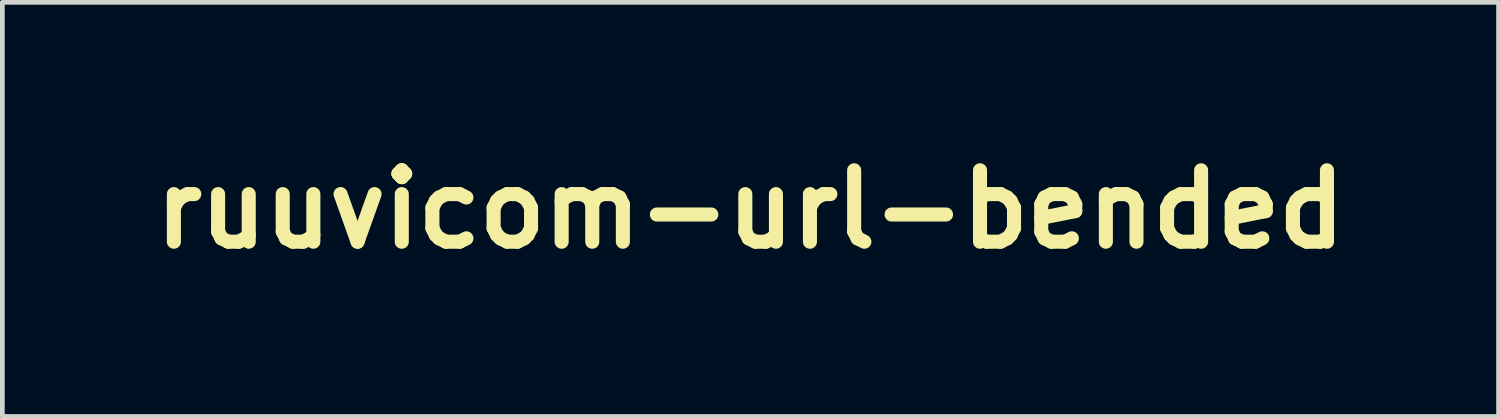
<source format=kicad_pcb>
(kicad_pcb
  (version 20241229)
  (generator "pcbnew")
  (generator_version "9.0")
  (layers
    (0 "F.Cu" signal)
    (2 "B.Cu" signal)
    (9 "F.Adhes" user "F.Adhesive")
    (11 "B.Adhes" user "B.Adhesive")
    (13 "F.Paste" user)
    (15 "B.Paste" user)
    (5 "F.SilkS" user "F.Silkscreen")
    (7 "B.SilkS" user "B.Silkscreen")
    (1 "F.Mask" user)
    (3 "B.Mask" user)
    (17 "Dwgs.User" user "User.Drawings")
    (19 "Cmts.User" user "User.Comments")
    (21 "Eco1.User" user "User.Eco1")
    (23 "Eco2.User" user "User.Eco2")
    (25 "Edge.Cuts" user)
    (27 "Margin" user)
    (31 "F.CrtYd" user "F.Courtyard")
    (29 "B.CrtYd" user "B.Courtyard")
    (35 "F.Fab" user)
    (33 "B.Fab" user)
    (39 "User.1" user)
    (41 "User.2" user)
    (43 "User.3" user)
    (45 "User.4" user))
  (footprint "ruuvicom-url-bended"
    (layer "F.Cu")
    (at 12.961 1.418)
    (property "Reference" "ruuvicom-url-bended" (at 0 0 0) (layer "F.SilkS") (effects (font (size 1.524 1.524) (thickness 0.3))))
    (attr through_hole)
    (fp_poly (pts (xy 0.068 -0.379) (xy -0.379 -0.379) (xy -0.379 -0.475) (xy -0.378 -0.529) (xy -0.376 -0.592) (xy -0.374 -0.653) (xy -0.373 -0.674) (xy -0.366 -0.777) (xy 0.068 -0.777) (xy 0.068 -0.379)) (stroke (width 0.01) (type solid)) (fill yes) (layer "F.Mask"))
    (fp_poly (pts (xy -0.155 -0.108) (xy -0.094 -0.107) (xy -0.04 -0.106) (xy 0.005 -0.105) (xy 0.037 -0.104) (xy 0.053 -0.103) (xy 0.055 -0.103) (xy 0.055 -0.094) (xy 0.055 -0.066) (xy 0.056 -0.022) (xy 0.056 0.037) (xy 0.057 0.109) (xy 0.058 0.193) (xy 0.059 0.287) (xy 0.06 0.389) (xy 0.061 0.499) (xy 0.062 0.6) (xy 0.068 1.302) (xy -0.39 1.302) (xy -0.383 0.892) (xy -0.382 0.789) (xy -0.38 0.679) (xy -0.378 0.566) (xy -0.376 0.455) (xy -0.374 0.351) (xy -0.372 0.257) (xy -0.37 0.185) (xy -0.364 -0.112) (xy -0.155 -0.108)) (stroke (width 0.01) (type solid)) (fill yes) (layer "F.Mask"))
    (fp_poly (pts (xy 0.926 0.834) (xy 0.934 0.835) (xy 0.936 0.845) (xy 0.939 0.872) (xy 0.942 0.911) (xy 0.946 0.96) (xy 0.949 1.015) (xy 0.952 1.072) (xy 0.955 1.128) (xy 0.958 1.179) (xy 0.959 1.224) (xy 0.96 1.257) (xy 0.96 1.276) (xy 0.959 1.279) (xy 0.949 1.28) (xy 0.922 1.281) (xy 0.881 1.283) (xy 0.828 1.285) (xy 0.767 1.287) (xy 0.713 1.289) (xy 0.469 1.295) (xy 0.463 1.074) (xy 0.461 1.011) (xy 0.459 0.954) (xy 0.458 0.907) (xy 0.458 0.873) (xy 0.458 0.853) (xy 0.459 0.85) (xy 0.469 0.849) (xy 0.496 0.847) (xy 0.536 0.845) (xy 0.585 0.842) (xy 0.641 0.84) (xy 0.7 0.838) (xy 0.758 0.836) (xy 0.814 0.835) (xy 0.862 0.834) (xy 0.9 0.834) (xy 0.926 0.834)) (stroke (width 0.01) (type solid)) (fill yes) (layer "F.Mask"))
    (fp_poly (pts (xy -2.142 -0.223) (xy -2.11 -0.22) (xy -2.067 -0.216) (xy -2.017 -0.211) (xy -1.962 -0.205) (xy -1.906 -0.199) (xy -1.852 -0.193) (xy -1.804 -0.187) (xy -1.765 -0.182) (xy -1.739 -0.178) (xy -1.728 -0.176) (xy -1.728 -0.176) (xy -1.724 -0.165) (xy -1.715 -0.139) (xy -1.702 -0.1) (xy -1.687 -0.052) (xy -1.671 0) (xy -1.653 0.061) (xy -1.632 0.13) (xy -1.608 0.204) (xy -1.584 0.281) (xy -1.558 0.359) (xy -1.533 0.436) (xy -1.509 0.509) (xy -1.487 0.576) (xy -1.467 0.634) (xy -1.451 0.683) (xy -1.438 0.718) (xy -1.43 0.738) (xy -1.428 0.742) (xy -1.422 0.736) (xy -1.409 0.713) (xy -1.389 0.677) (xy -1.364 0.629) (xy -1.334 0.571) (xy -1.3 0.504) (xy -1.263 0.431) (xy -1.225 0.354) (xy -1.185 0.273) (xy -1.146 0.192) (xy -1.107 0.112) (xy -1.071 0.034) (xy -1.049 -0.012) (xy -0.996 -0.126) (xy -0.894 -0.125) (xy -0.838 -0.124) (xy -0.773 -0.122) (xy -0.709 -0.119) (xy -0.682 -0.118) (xy -0.572 -0.112) (xy -0.799 0.34) (xy -0.848 0.437) (xy -0.898 0.537) (xy -0.949 0.637) (xy -0.999 0.734) (xy -1.046 0.826) (xy -1.088 0.908) (xy -1.125 0.978) (xy -1.152 1.027) (xy -1.278 1.263) (xy -1.331 1.261) (xy -1.361 1.26) (xy -1.405 1.258) (xy -1.457 1.255) (xy -1.512 1.251) (xy -1.523 1.251) (xy -1.661 1.241) (xy -1.682 1.187) (xy -1.713 1.103) (xy -1.746 1.012) (xy -1.782 0.914) (xy -1.818 0.812) (xy -1.855 0.707) (xy -1.892 0.601) (xy -1.929 0.494) (xy -1.965 0.389) (xy -1.999 0.288) (xy -2.032 0.191) (xy -2.062 0.101) (xy -2.089 0.018) (xy -2.112 -0.055) (xy -2.131 -0.117) (xy -2.146 -0.166) (xy -2.155 -0.201) (xy -2.159 -0.22) (xy -2.159 -0.224) (xy -2.142 -0.223)) (stroke (width 0.01) (type solid)) (fill yes) (layer "F.Mask"))
    (fp_poly (pts (xy 2.173 -0.24) (xy 2.277 -0.22) (xy 2.371 -0.189) (xy 2.403 -0.174) (xy 2.434 -0.158) (xy 2.458 -0.145) (xy 2.47 -0.138) (xy 2.47 -0.138) (xy 2.47 -0.126) (xy 2.466 -0.096) (xy 2.456 -0.049) (xy 2.441 0.014) (xy 2.421 0.092) (xy 2.409 0.138) (xy 2.4 0.173) (xy 2.344 0.145) (xy 2.26 0.111) (xy 2.171 0.088) (xy 2.081 0.077) (xy 1.994 0.078) (xy 1.914 0.092) (xy 1.846 0.117) (xy 1.78 0.161) (xy 1.729 0.217) (xy 1.692 0.287) (xy 1.669 0.369) (xy 1.662 0.462) (xy 1.669 0.558) (xy 1.689 0.645) (xy 1.721 0.722) (xy 1.764 0.785) (xy 1.788 0.81) (xy 1.839 0.848) (xy 1.895 0.873) (xy 1.962 0.887) (xy 1.997 0.891) (xy 2.078 0.889) (xy 2.165 0.872) (xy 2.251 0.844) (xy 2.333 0.804) (xy 2.403 0.756) (xy 2.413 0.747) (xy 2.439 0.727) (xy 2.459 0.716) (xy 2.468 0.715) (xy 2.479 0.731) (xy 2.496 0.758) (xy 2.516 0.795) (xy 2.538 0.836) (xy 2.561 0.878) (xy 2.581 0.918) (xy 2.597 0.952) (xy 2.608 0.976) (xy 2.61 0.987) (xy 2.595 1.007) (xy 2.565 1.033) (xy 2.524 1.061) (xy 2.474 1.091) (xy 2.42 1.12) (xy 2.365 1.145) (xy 2.312 1.167) (xy 2.285 1.175) (xy 2.191 1.198) (xy 2.089 1.214) (xy 1.986 1.222) (xy 1.886 1.223) (xy 1.796 1.216) (xy 1.759 1.21) (xy 1.644 1.178) (xy 1.542 1.132) (xy 1.453 1.071) (xy 1.377 0.998) (xy 1.315 0.912) (xy 1.268 0.814) (xy 1.236 0.704) (xy 1.219 0.584) (xy 1.218 0.459) (xy 1.224 0.377) (xy 1.235 0.307) (xy 1.253 0.244) (xy 1.279 0.18) (xy 1.289 0.159) (xy 1.345 0.065) (xy 1.417 -0.019) (xy 1.503 -0.093) (xy 1.601 -0.154) (xy 1.708 -0.201) (xy 1.739 -0.212) (xy 1.842 -0.236) (xy 1.951 -0.248) (xy 2.063 -0.25) (xy 2.173 -0.24)) (stroke (width 0.01) (type solid)) (fill yes) (layer "F.Mask"))
    (fp_poly (pts (xy 3.603 -0.464) (xy 3.654 -0.46) (xy 3.705 -0.454) (xy 3.748 -0.447) (xy 3.765 -0.443) (xy 3.873 -0.404) (xy 3.971 -0.349) (xy 4.057 -0.278) (xy 4.131 -0.194) (xy 4.193 -0.096) (xy 4.241 0.014) (xy 4.263 0.087) (xy 4.287 0.212) (xy 4.293 0.331) (xy 4.281 0.443) (xy 4.251 0.551) (xy 4.225 0.612) (xy 4.179 0.688) (xy 4.119 0.762) (xy 4.049 0.828) (xy 3.973 0.883) (xy 3.94 0.901) (xy 3.822 0.952) (xy 3.698 0.989) (xy 3.571 1.012) (xy 3.445 1.018) (xy 3.331 1.01) (xy 3.219 0.984) (xy 3.116 0.942) (xy 3.023 0.885) (xy 2.942 0.813) (xy 2.874 0.728) (xy 2.82 0.631) (xy 2.801 0.585) (xy 2.775 0.495) (xy 2.757 0.396) (xy 2.748 0.295) (xy 2.748 0.214) (xy 3.183 0.214) (xy 3.189 0.325) (xy 3.207 0.422) (xy 3.236 0.506) (xy 3.277 0.575) (xy 3.329 0.628) (xy 3.391 0.666) (xy 3.435 0.681) (xy 3.471 0.686) (xy 3.519 0.686) (xy 3.571 0.681) (xy 3.622 0.673) (xy 3.664 0.662) (xy 3.665 0.661) (xy 3.731 0.627) (xy 3.786 0.579) (xy 3.826 0.521) (xy 3.837 0.499) (xy 3.845 0.479) (xy 3.849 0.456) (xy 3.852 0.426) (xy 3.852 0.384) (xy 3.853 0.35) (xy 3.846 0.236) (xy 3.827 0.137) (xy 3.795 0.051) (xy 3.751 -0.02) (xy 3.71 -0.063) (xy 3.658 -0.102) (xy 3.602 -0.125) (xy 3.539 -0.134) (xy 3.487 -0.133) (xy 3.404 -0.12) (xy 3.332 -0.091) (xy 3.272 -0.048) (xy 3.225 0.009) (xy 3.209 0.037) (xy 3.198 0.062) (xy 3.19 0.083) (xy 3.186 0.107) (xy 3.183 0.138) (xy 3.183 0.18) (xy 3.183 0.214) (xy 2.748 0.214) (xy 2.748 0.197) (xy 2.758 0.108) (xy 2.764 0.083) (xy 2.798 -0.022) (xy 2.849 -0.118) (xy 2.915 -0.204) (xy 2.994 -0.279) (xy 3.086 -0.343) (xy 3.188 -0.395) (xy 3.3 -0.433) (xy 3.42 -0.456) (xy 3.546 -0.465) (xy 3.603 -0.464)) (stroke (width 0.01) (type solid)) (fill yes) (layer "F.Mask"))
    (fp_poly (pts (xy -6.554 -1.298) (xy -6.53 -1.29) (xy -6.494 -1.277) (xy -6.451 -1.261) (xy -6.403 -1.242) (xy -6.353 -1.223) (xy -6.306 -1.203) (xy -6.263 -1.186) (xy -6.23 -1.171) (xy -6.208 -1.161) (xy -6.201 -1.157) (xy -6.2 -1.147) (xy -6.203 -1.128) (xy -6.208 -1.098) (xy -6.218 -1.054) (xy -6.232 -0.994) (xy -6.232 -0.993) (xy -6.246 -0.932) (xy -6.207 -0.967) (xy -6.141 -1.015) (xy -6.065 -1.048) (xy -5.981 -1.067) (xy -5.895 -1.071) (xy -5.809 -1.061) (xy -5.726 -1.035) (xy -5.688 -1.016) (xy -5.666 -1.004) (xy -5.649 -0.994) (xy -5.639 -0.983) (xy -5.635 -0.968) (xy -5.636 -0.947) (xy -5.644 -0.916) (xy -5.657 -0.874) (xy -5.676 -0.816) (xy -5.684 -0.793) (xy -5.703 -0.737) (xy -5.72 -0.689) (xy -5.734 -0.65) (xy -5.744 -0.623) (xy -5.749 -0.612) (xy -5.749 -0.612) (xy -5.759 -0.618) (xy -5.778 -0.632) (xy -5.784 -0.637) (xy -5.846 -0.679) (xy -5.916 -0.712) (xy -5.991 -0.732) (xy -6.066 -0.741) (xy -6.136 -0.737) (xy -6.197 -0.72) (xy -6.247 -0.689) (xy -6.295 -0.645) (xy -6.336 -0.593) (xy -6.359 -0.551) (xy -6.367 -0.53) (xy -6.381 -0.494) (xy -6.4 -0.443) (xy -6.422 -0.382) (xy -6.448 -0.313) (xy -6.475 -0.237) (xy -6.501 -0.165) (xy -6.528 -0.089) (xy -6.553 -0.018) (xy -6.576 0.045) (xy -6.596 0.098) (xy -6.611 0.139) (xy -6.621 0.166) (xy -6.626 0.177) (xy -6.626 0.177) (xy -6.636 0.175) (xy -6.662 0.168) (xy -6.701 0.156) (xy -6.75 0.139) (xy -6.807 0.119) (xy -6.839 0.107) (xy -6.899 0.085) (xy -6.952 0.065) (xy -6.997 0.048) (xy -7.029 0.035) (xy -7.048 0.028) (xy -7.051 0.026) (xy -7.048 0.017) (xy -7.039 -0.009) (xy -7.024 -0.05) (xy -7.004 -0.104) (xy -6.979 -0.17) (xy -6.951 -0.245) (xy -6.919 -0.329) (xy -6.884 -0.419) (xy -6.861 -0.48) (xy -6.822 -0.579) (xy -6.784 -0.679) (xy -6.748 -0.775) (xy -6.714 -0.866) (xy -6.684 -0.949) (xy -6.657 -1.022) (xy -6.635 -1.082) (xy -6.62 -1.128) (xy -6.616 -1.139) (xy -6.599 -1.191) (xy -6.585 -1.236) (xy -6.573 -1.271) (xy -6.566 -1.293) (xy -6.564 -1.3) (xy -6.554 -1.298)) (stroke (width 0.01) (type solid)) (fill yes) (layer "F.Mask"))
    (fp_poly (pts (xy -3.697 -0.464) (xy -3.671 -0.46) (xy -3.633 -0.454) (xy -3.586 -0.446) (xy -3.534 -0.437) (xy -3.48 -0.427) (xy -3.427 -0.417) (xy -3.38 -0.407) (xy -3.341 -0.399) (xy -3.314 -0.393) (xy -3.302 -0.389) (xy -3.302 -0.389) (xy -3.302 -0.379) (xy -3.306 -0.351) (xy -3.312 -0.309) (xy -3.321 -0.252) (xy -3.332 -0.185) (xy -3.345 -0.108) (xy -3.36 -0.023) (xy -3.372 0.049) (xy -3.388 0.139) (xy -3.403 0.226) (xy -3.416 0.305) (xy -3.428 0.376) (xy -3.437 0.436) (xy -3.444 0.483) (xy -3.448 0.514) (xy -3.449 0.526) (xy -3.442 0.59) (xy -3.419 0.643) (xy -3.381 0.684) (xy -3.329 0.713) (xy -3.261 0.729) (xy -3.197 0.734) (xy -3.154 0.733) (xy -3.123 0.729) (xy -3.097 0.722) (xy -3.07 0.709) (xy -3.062 0.705) (xy -3.029 0.684) (xy -2.999 0.66) (xy -2.986 0.647) (xy -2.971 0.628) (xy -2.958 0.609) (xy -2.947 0.588) (xy -2.936 0.563) (xy -2.927 0.531) (xy -2.917 0.492) (xy -2.907 0.443) (xy -2.896 0.382) (xy -2.884 0.307) (xy -2.87 0.217) (xy -2.854 0.11) (xy -2.853 0.105) (xy -2.792 -0.306) (xy -2.759 -0.303) (xy -2.734 -0.301) (xy -2.697 -0.296) (xy -2.651 -0.29) (xy -2.599 -0.283) (xy -2.546 -0.276) (xy -2.494 -0.268) (xy -2.448 -0.262) (xy -2.41 -0.256) (xy -2.384 -0.252) (xy -2.374 -0.249) (xy -2.375 -0.24) (xy -2.378 -0.212) (xy -2.382 -0.17) (xy -2.389 -0.113) (xy -2.397 -0.045) (xy -2.406 0.033) (xy -2.416 0.12) (xy -2.428 0.212) (xy -2.439 0.309) (xy -2.451 0.408) (xy -2.463 0.508) (xy -2.476 0.606) (xy -2.487 0.701) (xy -2.498 0.791) (xy -2.509 0.875) (xy -2.518 0.949) (xy -2.526 1.013) (xy -2.533 1.064) (xy -2.538 1.101) (xy -2.541 1.122) (xy -2.541 1.125) (xy -2.546 1.137) (xy -2.556 1.144) (xy -2.575 1.145) (xy -2.609 1.141) (xy -2.619 1.14) (xy -2.715 1.126) (xy -2.794 1.115) (xy -2.857 1.106) (xy -2.905 1.099) (xy -2.939 1.094) (xy -2.962 1.09) (xy -2.975 1.087) (xy -2.979 1.086) (xy -2.979 1.074) (xy -2.976 1.045) (xy -2.97 1) (xy -2.961 0.939) (xy -2.958 0.923) (xy -2.952 0.889) (xy -2.985 0.92) (xy -3.056 0.975) (xy -3.138 1.015) (xy -3.229 1.04) (xy -3.326 1.048) (xy -3.427 1.04) (xy -3.454 1.035) (xy -3.565 1.005) (xy -3.659 0.964) (xy -3.737 0.913) (xy -3.798 0.851) (xy -3.816 0.828) (xy -3.846 0.779) (xy -3.867 0.732) (xy -3.881 0.683) (xy -3.888 0.625) (xy -3.89 0.554) (xy -3.89 0.534) (xy -3.89 0.504) (xy -3.889 0.476) (xy -3.887 0.447) (xy -3.883 0.415) (xy -3.878 0.378) (xy -3.871 0.334) (xy -3.861 0.281) (xy -3.849 0.217) (xy -3.833 0.139) (xy -3.815 0.046) (xy -3.801 -0.023) (xy -3.782 -0.113) (xy -3.765 -0.196) (xy -3.75 -0.272) (xy -3.736 -0.337) (xy -3.724 -0.391) (xy -3.716 -0.432) (xy -3.71 -0.457) (xy -3.708 -0.464) (xy -3.697 -0.464)) (stroke (width 0.01) (type solid)) (fill yes) (layer "F.Mask"))
    (fp_poly (pts (xy -5.389 -0.891) (xy -5.362 -0.884) (xy -5.324 -0.874) (xy -5.277 -0.861) (xy -5.225 -0.846) (xy -5.172 -0.831) (xy -5.121 -0.816) (xy -5.076 -0.803) (xy -5.039 -0.792) (xy -5.015 -0.784) (xy -5.006 -0.781) (xy -5.008 -0.772) (xy -5.015 -0.746) (xy -5.026 -0.705) (xy -5.041 -0.65) (xy -5.059 -0.584) (xy -5.079 -0.509) (xy -5.102 -0.426) (xy -5.125 -0.345) (xy -5.156 -0.234) (xy -5.182 -0.141) (xy -5.203 -0.063) (xy -5.219 0.002) (xy -5.231 0.055) (xy -5.24 0.098) (xy -5.245 0.132) (xy -5.247 0.159) (xy -5.246 0.182) (xy -5.243 0.201) (xy -5.238 0.219) (xy -5.237 0.22) (xy -5.21 0.265) (xy -5.169 0.301) (xy -5.117 0.329) (xy -5.058 0.346) (xy -4.995 0.353) (xy -4.932 0.349) (xy -4.873 0.331) (xy -4.865 0.327) (xy -4.803 0.286) (xy -4.754 0.231) (xy -4.732 0.195) (xy -4.726 0.177) (xy -4.716 0.143) (xy -4.702 0.095) (xy -4.685 0.034) (xy -4.666 -0.037) (xy -4.646 -0.116) (xy -4.624 -0.2) (xy -4.614 -0.24) (xy -4.593 -0.324) (xy -4.573 -0.403) (xy -4.555 -0.474) (xy -4.539 -0.535) (xy -4.526 -0.584) (xy -4.517 -0.62) (xy -4.511 -0.639) (xy -4.51 -0.643) (xy -4.499 -0.642) (xy -4.473 -0.637) (xy -4.435 -0.63) (xy -4.389 -0.62) (xy -4.337 -0.609) (xy -4.283 -0.596) (xy -4.23 -0.584) (xy -4.183 -0.573) (xy -4.144 -0.563) (xy -4.116 -0.555) (xy -4.104 -0.55) (xy -4.103 -0.55) (xy -4.105 -0.54) (xy -4.11 -0.513) (xy -4.118 -0.471) (xy -4.13 -0.415) (xy -4.145 -0.348) (xy -4.161 -0.271) (xy -4.18 -0.185) (xy -4.2 -0.094) (xy -4.221 0.001) (xy -4.243 0.099) (xy -4.265 0.198) (xy -4.287 0.296) (xy -4.309 0.391) (xy -4.329 0.481) (xy -4.348 0.564) (xy -4.366 0.639) (xy -4.381 0.704) (xy -4.393 0.757) (xy -4.403 0.795) (xy -4.409 0.819) (xy -4.411 0.825) (xy -4.424 0.822) (xy -4.436 0.819) (xy -4.492 0.806) (xy -4.552 0.792) (xy -4.612 0.777) (xy -4.671 0.763) (xy -4.725 0.75) (xy -4.77 0.739) (xy -4.804 0.73) (xy -4.823 0.725) (xy -4.826 0.724) (xy -4.83 0.716) (xy -4.828 0.694) (xy -4.821 0.656) (xy -4.814 0.63) (xy -4.805 0.591) (xy -4.798 0.56) (xy -4.794 0.542) (xy -4.793 0.538) (xy -4.802 0.542) (xy -4.822 0.554) (xy -4.85 0.572) (xy -4.852 0.574) (xy -4.933 0.617) (xy -5.022 0.643) (xy -5.118 0.651) (xy -5.219 0.642) (xy -5.324 0.616) (xy -5.425 0.575) (xy -5.509 0.528) (xy -5.576 0.471) (xy -5.629 0.403) (xy -5.653 0.362) (xy -5.669 0.327) (xy -5.68 0.299) (xy -5.687 0.271) (xy -5.69 0.237) (xy -5.692 0.191) (xy -5.693 0.184) (xy -5.693 0.152) (xy -5.693 0.122) (xy -5.692 0.093) (xy -5.689 0.062) (xy -5.683 0.028) (xy -5.675 -0.011) (xy -5.664 -0.057) (xy -5.649 -0.111) (xy -5.63 -0.177) (xy -5.606 -0.255) (xy -5.578 -0.348) (xy -5.545 -0.457) (xy -5.539 -0.475) (xy -5.513 -0.56) (xy -5.488 -0.64) (xy -5.466 -0.712) (xy -5.447 -0.775) (xy -5.432 -0.825) (xy -5.42 -0.863) (xy -5.414 -0.885) (xy -5.412 -0.89) (xy -5.405 -0.894) (xy -5.4 -0.894) (xy -5.389 -0.891)) (stroke (width 0.01) (type solid)) (fill yes) (layer "F.Mask"))
    (fp_poly (pts (xy 6.347 -1.16) (xy 6.383 -1.159) (xy 6.41 -1.155) (xy 6.434 -1.148) (xy 6.459 -1.137) (xy 6.464 -1.135) (xy 6.534 -1.092) (xy 6.599 -1.032) (xy 6.659 -0.955) (xy 6.712 -0.864) (xy 6.752 -0.775) (xy 6.764 -0.741) (xy 6.781 -0.695) (xy 6.802 -0.639) (xy 6.825 -0.573) (xy 6.851 -0.502) (xy 6.878 -0.426) (xy 6.905 -0.349) (xy 6.932 -0.271) (xy 6.958 -0.197) (xy 6.983 -0.126) (xy 7.005 -0.063) (xy 7.023 -0.008) (xy 7.038 0.036) (xy 7.048 0.066) (xy 7.053 0.081) (xy 7.053 0.082) (xy 7.04 0.089) (xy 7.012 0.099) (xy 6.973 0.113) (xy 6.926 0.129) (xy 6.874 0.146) (xy 6.819 0.163) (xy 6.766 0.18) (xy 6.717 0.195) (xy 6.676 0.207) (xy 6.646 0.215) (xy 6.629 0.218) (xy 6.627 0.218) (xy 6.623 0.207) (xy 6.613 0.18) (xy 6.598 0.138) (xy 6.579 0.083) (xy 6.557 0.017) (xy 6.532 -0.058) (xy 6.504 -0.14) (xy 6.482 -0.208) (xy 6.453 -0.295) (xy 6.425 -0.378) (xy 6.399 -0.454) (xy 6.376 -0.521) (xy 6.356 -0.578) (xy 6.341 -0.622) (xy 6.33 -0.65) (xy 6.326 -0.661) (xy 6.289 -0.719) (xy 6.247 -0.759) (xy 6.199 -0.781) (xy 6.143 -0.785) (xy 6.079 -0.773) (xy 6.074 -0.771) (xy 6.012 -0.741) (xy 5.961 -0.698) (xy 5.924 -0.642) (xy 5.902 -0.576) (xy 5.895 -0.502) (xy 5.899 -0.452) (xy 5.904 -0.43) (xy 5.913 -0.392) (xy 5.928 -0.34) (xy 5.946 -0.276) (xy 5.966 -0.203) (xy 5.99 -0.123) (xy 6.015 -0.039) (xy 6.024 -0.01) (xy 6.049 0.073) (xy 6.072 0.15) (xy 6.092 0.219) (xy 6.108 0.278) (xy 6.121 0.326) (xy 6.13 0.36) (xy 6.134 0.378) (xy 6.133 0.381) (xy 6.122 0.386) (xy 6.095 0.395) (xy 6.057 0.407) (xy 6.01 0.421) (xy 5.957 0.436) (xy 5.903 0.452) (xy 5.849 0.467) (xy 5.8 0.481) (xy 5.758 0.492) (xy 5.727 0.499) (xy 5.71 0.503) (xy 5.707 0.502) (xy 5.704 0.492) (xy 5.696 0.465) (xy 5.683 0.424) (xy 5.667 0.369) (xy 5.649 0.303) (xy 5.627 0.228) (xy 5.604 0.145) (xy 5.586 0.081) (xy 5.552 -0.04) (xy 5.522 -0.143) (xy 5.496 -0.23) (xy 5.473 -0.303) (xy 5.452 -0.362) (xy 5.432 -0.41) (xy 5.413 -0.446) (xy 5.395 -0.474) (xy 5.376 -0.494) (xy 5.355 -0.508) (xy 5.333 -0.516) (xy 5.308 -0.521) (xy 5.292 -0.523) (xy 5.222 -0.519) (xy 5.157 -0.499) (xy 5.101 -0.464) (xy 5.056 -0.414) (xy 5.039 -0.386) (xy 5.025 -0.355) (xy 5.016 -0.327) (xy 5.012 -0.295) (xy 5.011 -0.252) (xy 5.011 -0.25) (xy 5.012 -0.228) (xy 5.014 -0.205) (xy 5.018 -0.177) (xy 5.023 -0.144) (xy 5.032 -0.104) (xy 5.043 -0.053) (xy 5.058 0.009) (xy 5.077 0.084) (xy 5.1 0.176) (xy 5.115 0.232) (xy 5.137 0.317) (xy 5.157 0.397) (xy 5.175 0.468) (xy 5.19 0.529) (xy 5.202 0.578) (xy 5.211 0.614) (xy 5.215 0.634) (xy 5.215 0.637) (xy 5.206 0.64) (xy 5.181 0.647) (xy 5.143 0.656) (xy 5.097 0.668) (xy 5.044 0.682) (xy 4.99 0.695) (xy 4.935 0.709) (xy 4.885 0.721) (xy 4.842 0.732) (xy 4.809 0.74) (xy 4.797 0.743) (xy 4.781 0.741) (xy 4.775 0.735) (xy 4.773 0.724) (xy 4.766 0.695) (xy 4.755 0.651) (xy 4.742 0.594) (xy 4.725 0.524) (xy 4.706 0.445) (xy 4.686 0.356) (xy 4.664 0.262) (xy 4.649 0.199) (xy 4.618 0.066) (xy 4.591 -0.05) (xy 4.567 -0.151) (xy 4.546 -0.237) (xy 4.527 -0.311) (xy 4.511 -0.375) (xy 4.496 -0.43) (xy 4.483 -0.477) (xy 4.47 -0.519) (xy 4.458 -0.557) (xy 4.452 -0.574) (xy 4.433 -0.629) (xy 4.619 -0.674) (xy 4.677 -0.688) (xy 4.728 -0.7) (xy 4.77 -0.71) (xy 4.8 -0.716) (xy 4.814 -0.719) (xy 4.815 -0.719) (xy 4.822 -0.71) (xy 4.834 -0.687) (xy 4.848 -0.654) (xy 4.859 -0.626) (xy 4.894 -0.532) (xy 4.93 -0.607) (xy 4.978 -0.688) (xy 5.042 -0.757) (xy 5.119 -0.814) (xy 5.207 -0.858) (xy 5.304 -0.888) (xy 5.388 -0.9) (xy 5.476 -0.898) (xy 5.56 -0.878) (xy 5.639 -0.839) (xy 5.705 -0.787) (xy 5.727 -0.766) (xy 5.743 -0.753) (xy 5.747 -0.751) (xy 5.751 -0.76) (xy 5.758 -0.783) (xy 5.762 -0.796) (xy 5.78 -0.838) (xy 5.808 -0.887) (xy 5.842 -0.938) (xy 5.878 -0.984) (xy 5.878 -0.984) (xy 5.917 -1.021) (xy 5.97 -1.059) (xy 6.03 -1.095) (xy 6.091 -1.125) (xy 6.112 -1.133) (xy 6.147 -1.145) (xy 6.179 -1.153) (xy 6.212 -1.158) (xy 6.253 -1.16) (xy 6.297 -1.161) (xy 6.347 -1.16)) (stroke (width 0.01) (type solid)) (fill yes) (layer "F.Mask")))
  (gr_rect
    (start -3 -3)
    (end 28.923 5.836)
    (stroke (width 0.1) (type default))
    (fill no)
    (layer "Edge.Cuts")))
</source>
